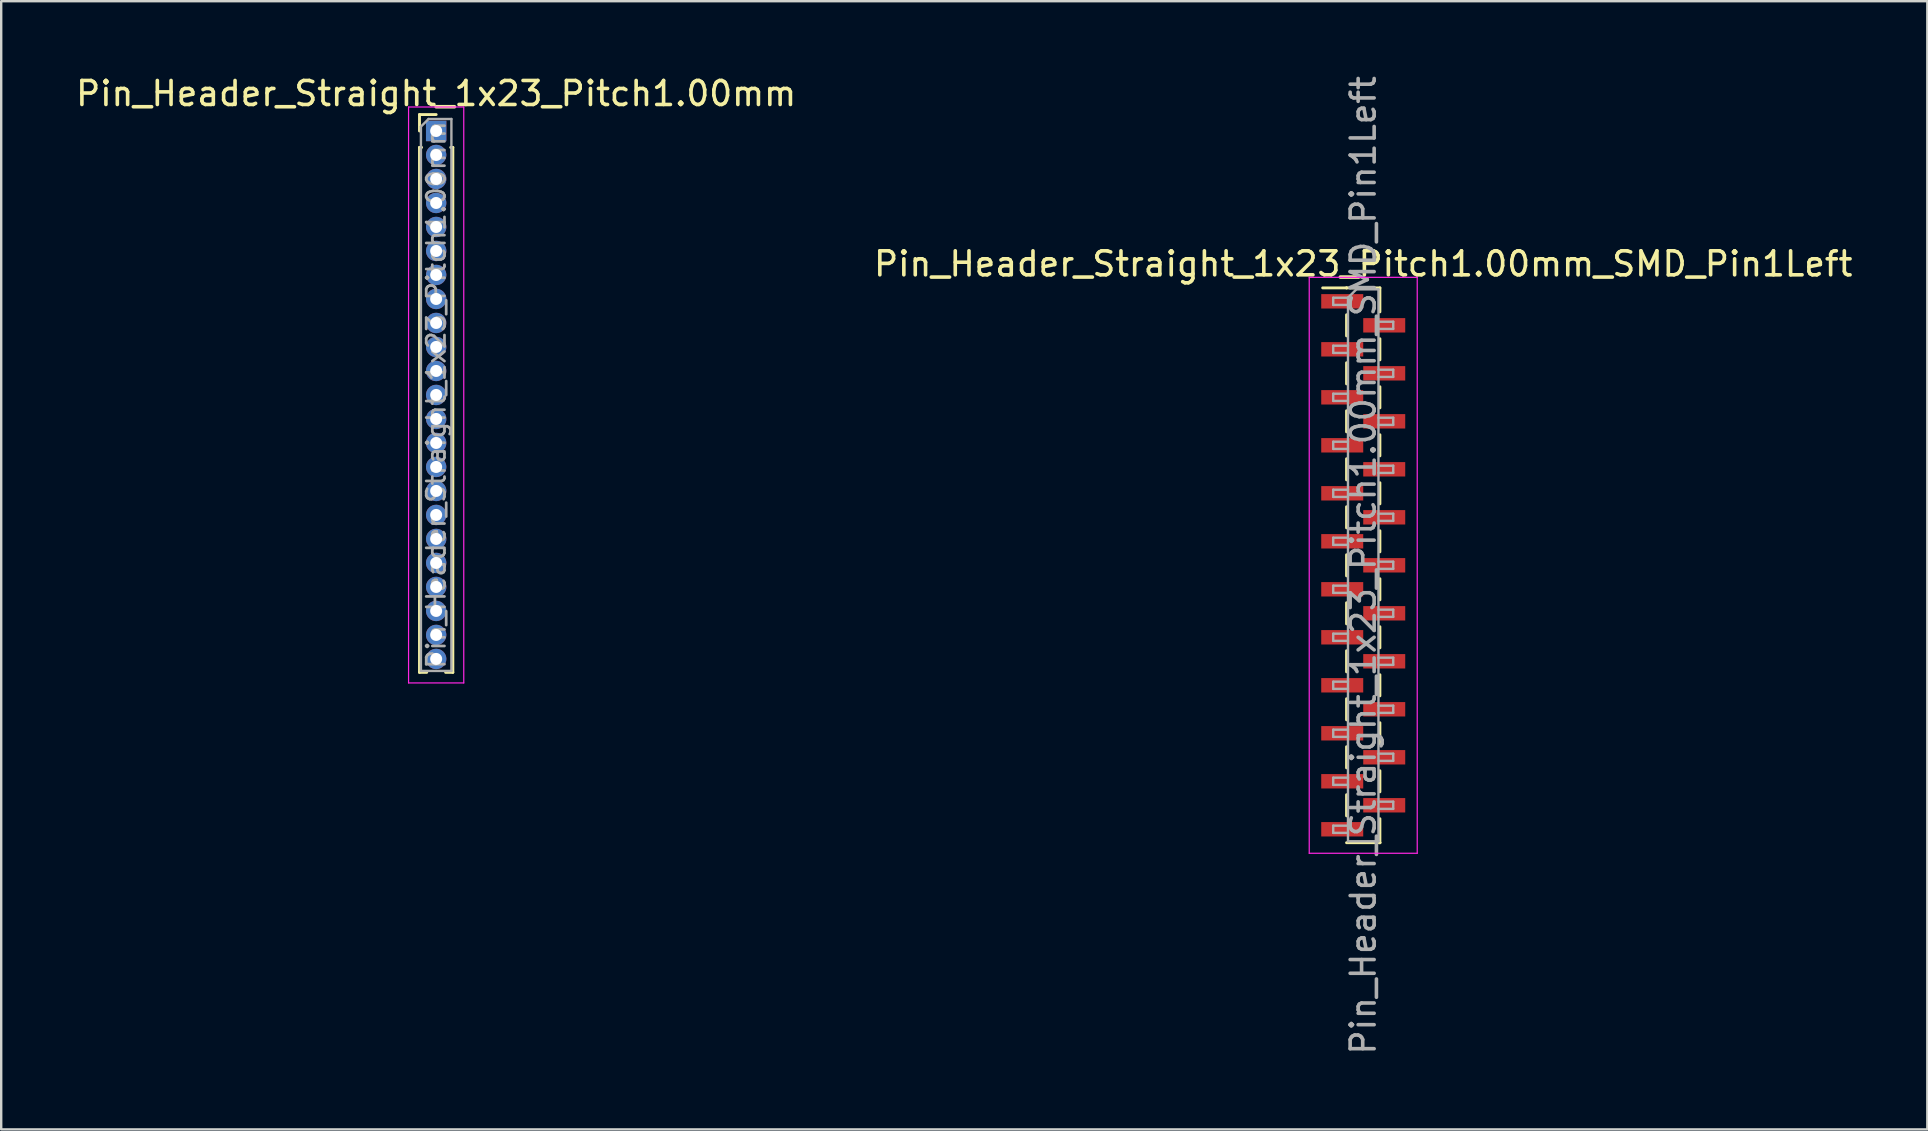
<source format=kicad_pcb>
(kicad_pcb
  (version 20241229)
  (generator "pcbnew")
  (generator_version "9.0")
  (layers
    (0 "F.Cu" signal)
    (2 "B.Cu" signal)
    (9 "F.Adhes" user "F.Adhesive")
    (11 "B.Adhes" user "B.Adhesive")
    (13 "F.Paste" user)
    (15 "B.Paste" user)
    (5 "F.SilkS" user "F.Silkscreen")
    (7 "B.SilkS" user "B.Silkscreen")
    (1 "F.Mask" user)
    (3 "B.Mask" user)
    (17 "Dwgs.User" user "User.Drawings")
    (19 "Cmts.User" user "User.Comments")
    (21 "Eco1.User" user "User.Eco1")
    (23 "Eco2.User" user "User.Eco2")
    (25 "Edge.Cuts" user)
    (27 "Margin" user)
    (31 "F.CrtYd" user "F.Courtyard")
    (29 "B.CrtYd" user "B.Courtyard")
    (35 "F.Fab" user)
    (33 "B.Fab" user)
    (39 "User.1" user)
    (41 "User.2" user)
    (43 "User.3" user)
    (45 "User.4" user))
  (footprint "Pin_Header_Straight_1x23_Pitch1.00mm"
    (layer "F.Cu")
    (at 15.125 2.408)
    (property "Reference" "Pin_Header_Straight_1x23_Pitch1.00mm" (at 0 -1.56 0) (layer "F.SilkS") (effects (font (size 1 1) (thickness 0.15))))
    (attr through_hole)
    (fp_line (start -0.695 -0.685) (end 0 -0.685) (stroke (width 0.12) (type solid)) (layer "F.SilkS"))
    (fp_line (start -0.695 0) (end -0.695 -0.685) (stroke (width 0.12) (type solid)) (layer "F.SilkS"))
    (fp_line (start -0.695 0.685) (end -0.695 22.56) (stroke (width 0.12) (type solid)) (layer "F.SilkS"))
    (fp_line (start -0.695 0.685) (end -0.608 0.685) (stroke (width 0.12) (type solid)) (layer "F.SilkS"))
    (fp_line (start -0.695 22.56) (end -0.394 22.56) (stroke (width 0.12) (type solid)) (layer "F.SilkS"))
    (fp_line (start 0.394 22.56) (end 0.695 22.56) (stroke (width 0.12) (type solid)) (layer "F.SilkS"))
    (fp_line (start 0.608 0.685) (end 0.695 0.685) (stroke (width 0.12) (type solid)) (layer "F.SilkS"))
    (fp_line (start 0.695 0.685) (end 0.695 22.56) (stroke (width 0.12) (type solid)) (layer "F.SilkS"))
    (fp_line (start -1.15 -1) (end -1.15 23) (stroke (width 0.05) (type solid)) (layer "F.CrtYd"))
    (fp_line (start -1.15 23) (end 1.15 23) (stroke (width 0.05) (type solid)) (layer "F.CrtYd"))
    (fp_line (start 1.15 -1) (end -1.15 -1) (stroke (width 0.05) (type solid)) (layer "F.CrtYd"))
    (fp_line (start 1.15 23) (end 1.15 -1) (stroke (width 0.05) (type solid)) (layer "F.CrtYd"))
    (fp_line (start -0.635 -0.182) (end -0.318 -0.5) (stroke (width 0.1) (type solid)) (layer "F.Fab"))
    (fp_line (start -0.635 22.5) (end -0.635 -0.182) (stroke (width 0.1) (type solid)) (layer "F.Fab"))
    (fp_line (start -0.318 -0.5) (end 0.635 -0.5) (stroke (width 0.1) (type solid)) (layer "F.Fab"))
    (fp_line (start 0.635 -0.5) (end 0.635 22.5) (stroke (width 0.1) (type solid)) (layer "F.Fab"))
    (fp_line (start 0.635 22.5) (end -0.635 22.5) (stroke (width 0.1) (type solid)) (layer "F.Fab"))
    (fp_text user "${REFERENCE}" (at 0 11 90) (layer "F.Fab") (effects (font (size 0.76 0.76) (thickness 0.114))))
    (pad "1" thru_hole rect (at 0 0) (size 0.85 0.85) (drill 0.5) (layers "*.Cu" "*.Mask"))
    (pad "2" thru_hole oval (at 0 1) (size 0.85 0.85) (drill 0.5) (layers "*.Cu" "*.Mask"))
    (pad "3" thru_hole oval (at 0 2) (size 0.85 0.85) (drill 0.5) (layers "*.Cu" "*.Mask"))
    (pad "4" thru_hole oval (at 0 3) (size 0.85 0.85) (drill 0.5) (layers "*.Cu" "*.Mask"))
    (pad "5" thru_hole oval (at 0 4) (size 0.85 0.85) (drill 0.5) (layers "*.Cu" "*.Mask"))
    (pad "6" thru_hole oval (at 0 5) (size 0.85 0.85) (drill 0.5) (layers "*.Cu" "*.Mask"))
    (pad "7" thru_hole oval (at 0 6) (size 0.85 0.85) (drill 0.5) (layers "*.Cu" "*.Mask"))
    (pad "8" thru_hole oval (at 0 7) (size 0.85 0.85) (drill 0.5) (layers "*.Cu" "*.Mask"))
    (pad "9" thru_hole oval (at 0 8) (size 0.85 0.85) (drill 0.5) (layers "*.Cu" "*.Mask"))
    (pad "10" thru_hole oval (at 0 9) (size 0.85 0.85) (drill 0.5) (layers "*.Cu" "*.Mask"))
    (pad "11" thru_hole oval (at 0 10) (size 0.85 0.85) (drill 0.5) (layers "*.Cu" "*.Mask"))
    (pad "12" thru_hole oval (at 0 11) (size 0.85 0.85) (drill 0.5) (layers "*.Cu" "*.Mask"))
    (pad "13" thru_hole oval (at 0 12) (size 0.85 0.85) (drill 0.5) (layers "*.Cu" "*.Mask"))
    (pad "14" thru_hole oval (at 0 13) (size 0.85 0.85) (drill 0.5) (layers "*.Cu" "*.Mask"))
    (pad "15" thru_hole oval (at 0 14) (size 0.85 0.85) (drill 0.5) (layers "*.Cu" "*.Mask"))
    (pad "16" thru_hole oval (at 0 15) (size 0.85 0.85) (drill 0.5) (layers "*.Cu" "*.Mask"))
    (pad "17" thru_hole oval (at 0 16) (size 0.85 0.85) (drill 0.5) (layers "*.Cu" "*.Mask"))
    (pad "18" thru_hole oval (at 0 17) (size 0.85 0.85) (drill 0.5) (layers "*.Cu" "*.Mask"))
    (pad "19" thru_hole oval (at 0 18) (size 0.85 0.85) (drill 0.5) (layers "*.Cu" "*.Mask"))
    (pad "20" thru_hole oval (at 0 19) (size 0.85 0.85) (drill 0.5) (layers "*.Cu" "*.Mask"))
    (pad "21" thru_hole oval (at 0 20) (size 0.85 0.85) (drill 0.5) (layers "*.Cu" "*.Mask"))
    (pad "22" thru_hole oval (at 0 21) (size 0.85 0.85) (drill 0.5) (layers "*.Cu" "*.Mask"))
    (pad "23" thru_hole oval (at 0 22) (size 0.85 0.85) (drill 0.5) (layers "*.Cu" "*.Mask")))
  (footprint "Pin_Header_Straight_1x23_Pitch1.00mm_SMD_Pin1Left"
    (layer "F.Cu")
    (at 53.756 20.506)
    (property "Reference" "Pin_Header_Straight_1x23_Pitch1.00mm_SMD_Pin1Left" (at 0 -12.56 0) (layer "F.SilkS") (effects (font (size 1 1) (thickness 0.15))))
    (attr smd)
    (fp_line (start -0.695 -11.56) (end -1.69 -11.56) (stroke (width 0.12) (type solid)) (layer "F.SilkS"))
    (fp_line (start -0.695 -11.56) (end -0.695 -11.56) (stroke (width 0.12) (type solid)) (layer "F.SilkS"))
    (fp_line (start -0.695 -11.56) (end 0.695 -11.56) (stroke (width 0.12) (type solid)) (layer "F.SilkS"))
    (fp_line (start -0.695 -10.44) (end -0.695 -9.56) (stroke (width 0.12) (type solid)) (layer "F.SilkS"))
    (fp_line (start -0.695 -8.44) (end -0.695 -7.56) (stroke (width 0.12) (type solid)) (layer "F.SilkS"))
    (fp_line (start -0.695 -6.44) (end -0.695 -5.56) (stroke (width 0.12) (type solid)) (layer "F.SilkS"))
    (fp_line (start -0.695 -4.44) (end -0.695 -3.56) (stroke (width 0.12) (type solid)) (layer "F.SilkS"))
    (fp_line (start -0.695 -2.44) (end -0.695 -1.56) (stroke (width 0.12) (type solid)) (layer "F.SilkS"))
    (fp_line (start -0.695 -0.44) (end -0.695 0.44) (stroke (width 0.12) (type solid)) (layer "F.SilkS"))
    (fp_line (start -0.695 1.56) (end -0.695 2.44) (stroke (width 0.12) (type solid)) (layer "F.SilkS"))
    (fp_line (start -0.695 3.56) (end -0.695 4.44) (stroke (width 0.12) (type solid)) (layer "F.SilkS"))
    (fp_line (start -0.695 5.56) (end -0.695 6.44) (stroke (width 0.12) (type solid)) (layer "F.SilkS"))
    (fp_line (start -0.695 7.56) (end -0.695 8.44) (stroke (width 0.12) (type solid)) (layer "F.SilkS"))
    (fp_line (start -0.695 9.56) (end -0.695 10.44) (stroke (width 0.12) (type solid)) (layer "F.SilkS"))
    (fp_line (start -0.695 11.56) (end 0.695 11.56) (stroke (width 0.12) (type solid)) (layer "F.SilkS"))
    (fp_line (start 0.695 -11.56) (end 0.695 -10.56) (stroke (width 0.12) (type solid)) (layer "F.SilkS"))
    (fp_line (start 0.695 -9.44) (end 0.695 -8.56) (stroke (width 0.12) (type solid)) (layer "F.SilkS"))
    (fp_line (start 0.695 -7.44) (end 0.695 -6.56) (stroke (width 0.12) (type solid)) (layer "F.SilkS"))
    (fp_line (start 0.695 -5.44) (end 0.695 -4.56) (stroke (width 0.12) (type solid)) (layer "F.SilkS"))
    (fp_line (start 0.695 -3.44) (end 0.695 -2.56) (stroke (width 0.12) (type solid)) (layer "F.SilkS"))
    (fp_line (start 0.695 -1.44) (end 0.695 -0.56) (stroke (width 0.12) (type solid)) (layer "F.SilkS"))
    (fp_line (start 0.695 0.56) (end 0.695 1.44) (stroke (width 0.12) (type solid)) (layer "F.SilkS"))
    (fp_line (start 0.695 2.56) (end 0.695 3.44) (stroke (width 0.12) (type solid)) (layer "F.SilkS"))
    (fp_line (start 0.695 4.56) (end 0.695 5.44) (stroke (width 0.12) (type solid)) (layer "F.SilkS"))
    (fp_line (start 0.695 6.56) (end 0.695 7.44) (stroke (width 0.12) (type solid)) (layer "F.SilkS"))
    (fp_line (start 0.695 8.56) (end 0.695 9.44) (stroke (width 0.12) (type solid)) (layer "F.SilkS"))
    (fp_line (start 0.695 10.56) (end 0.695 11.56) (stroke (width 0.12) (type solid)) (layer "F.SilkS"))
    (fp_line (start 0.695 11.56) (end 0.695 11.56) (stroke (width 0.12) (type solid)) (layer "F.SilkS"))
    (fp_line (start -2.25 -12) (end -2.25 12) (stroke (width 0.05) (type solid)) (layer "F.CrtYd"))
    (fp_line (start -2.25 12) (end 2.25 12) (stroke (width 0.05) (type solid)) (layer "F.CrtYd"))
    (fp_line (start 2.25 -12) (end -2.25 -12) (stroke (width 0.05) (type solid)) (layer "F.CrtYd"))
    (fp_line (start 2.25 12) (end 2.25 -12) (stroke (width 0.05) (type solid)) (layer "F.CrtYd"))
    (fp_line (start -1.25 -11.15) (end -1.25 -10.85) (stroke (width 0.1) (type solid)) (layer "F.Fab"))
    (fp_line (start -1.25 -10.85) (end -0.635 -10.85) (stroke (width 0.1) (type solid)) (layer "F.Fab"))
    (fp_line (start -1.25 -9.15) (end -1.25 -8.85) (stroke (width 0.1) (type solid)) (layer "F.Fab"))
    (fp_line (start -1.25 -8.85) (end -0.635 -8.85) (stroke (width 0.1) (type solid)) (layer "F.Fab"))
    (fp_line (start -1.25 -7.15) (end -1.25 -6.85) (stroke (width 0.1) (type solid)) (layer "F.Fab"))
    (fp_line (start -1.25 -6.85) (end -0.635 -6.85) (stroke (width 0.1) (type solid)) (layer "F.Fab"))
    (fp_line (start -1.25 -5.15) (end -1.25 -4.85) (stroke (width 0.1) (type solid)) (layer "F.Fab"))
    (fp_line (start -1.25 -4.85) (end -0.635 -4.85) (stroke (width 0.1) (type solid)) (layer "F.Fab"))
    (fp_line (start -1.25 -3.15) (end -1.25 -2.85) (stroke (width 0.1) (type solid)) (layer "F.Fab"))
    (fp_line (start -1.25 -2.85) (end -0.635 -2.85) (stroke (width 0.1) (type solid)) (layer "F.Fab"))
    (fp_line (start -1.25 -1.15) (end -1.25 -0.85) (stroke (width 0.1) (type solid)) (layer "F.Fab"))
    (fp_line (start -1.25 -0.85) (end -0.635 -0.85) (stroke (width 0.1) (type solid)) (layer "F.Fab"))
    (fp_line (start -1.25 0.85) (end -1.25 1.15) (stroke (width 0.1) (type solid)) (layer "F.Fab"))
    (fp_line (start -1.25 1.15) (end -0.635 1.15) (stroke (width 0.1) (type solid)) (layer "F.Fab"))
    (fp_line (start -1.25 2.85) (end -1.25 3.15) (stroke (width 0.1) (type solid)) (layer "F.Fab"))
    (fp_line (start -1.25 3.15) (end -0.635 3.15) (stroke (width 0.1) (type solid)) (layer "F.Fab"))
    (fp_line (start -1.25 4.85) (end -1.25 5.15) (stroke (width 0.1) (type solid)) (layer "F.Fab"))
    (fp_line (start -1.25 5.15) (end -0.635 5.15) (stroke (width 0.1) (type solid)) (layer "F.Fab"))
    (fp_line (start -1.25 6.85) (end -1.25 7.15) (stroke (width 0.1) (type solid)) (layer "F.Fab"))
    (fp_line (start -1.25 7.15) (end -0.635 7.15) (stroke (width 0.1) (type solid)) (layer "F.Fab"))
    (fp_line (start -1.25 8.85) (end -1.25 9.15) (stroke (width 0.1) (type solid)) (layer "F.Fab"))
    (fp_line (start -1.25 9.15) (end -0.635 9.15) (stroke (width 0.1) (type solid)) (layer "F.Fab"))
    (fp_line (start -1.25 10.85) (end -1.25 11.15) (stroke (width 0.1) (type solid)) (layer "F.Fab"))
    (fp_line (start -1.25 11.15) (end -0.635 11.15) (stroke (width 0.1) (type solid)) (layer "F.Fab"))
    (fp_line (start -0.635 -11.15) (end -1.25 -11.15) (stroke (width 0.1) (type solid)) (layer "F.Fab"))
    (fp_line (start -0.635 -11.15) (end -0.285 -11.5) (stroke (width 0.1) (type solid)) (layer "F.Fab"))
    (fp_line (start -0.635 -9.15) (end -1.25 -9.15) (stroke (width 0.1) (type solid)) (layer "F.Fab"))
    (fp_line (start -0.635 -7.15) (end -1.25 -7.15) (stroke (width 0.1) (type solid)) (layer "F.Fab"))
    (fp_line (start -0.635 -5.15) (end -1.25 -5.15) (stroke (width 0.1) (type solid)) (layer "F.Fab"))
    (fp_line (start -0.635 -3.15) (end -1.25 -3.15) (stroke (width 0.1) (type solid)) (layer "F.Fab"))
    (fp_line (start -0.635 -1.15) (end -1.25 -1.15) (stroke (width 0.1) (type solid)) (layer "F.Fab"))
    (fp_line (start -0.635 0.85) (end -1.25 0.85) (stroke (width 0.1) (type solid)) (layer "F.Fab"))
    (fp_line (start -0.635 2.85) (end -1.25 2.85) (stroke (width 0.1) (type solid)) (layer "F.Fab"))
    (fp_line (start -0.635 4.85) (end -1.25 4.85) (stroke (width 0.1) (type solid)) (layer "F.Fab"))
    (fp_line (start -0.635 6.85) (end -1.25 6.85) (stroke (width 0.1) (type solid)) (layer "F.Fab"))
    (fp_line (start -0.635 8.85) (end -1.25 8.85) (stroke (width 0.1) (type solid)) (layer "F.Fab"))
    (fp_line (start -0.635 10.85) (end -1.25 10.85) (stroke (width 0.1) (type solid)) (layer "F.Fab"))
    (fp_line (start -0.635 11.5) (end -0.635 -11.15) (stroke (width 0.1) (type solid)) (layer "F.Fab"))
    (fp_line (start -0.285 -11.5) (end 0.635 -11.5) (stroke (width 0.1) (type solid)) (layer "F.Fab"))
    (fp_line (start 0.635 -11.5) (end 0.635 11.5) (stroke (width 0.1) (type solid)) (layer "F.Fab"))
    (fp_line (start 0.635 -10.15) (end 1.25 -10.15) (stroke (width 0.1) (type solid)) (layer "F.Fab"))
    (fp_line (start 0.635 -8.15) (end 1.25 -8.15) (stroke (width 0.1) (type solid)) (layer "F.Fab"))
    (fp_line (start 0.635 -6.15) (end 1.25 -6.15) (stroke (width 0.1) (type solid)) (layer "F.Fab"))
    (fp_line (start 0.635 -4.15) (end 1.25 -4.15) (stroke (width 0.1) (type solid)) (layer "F.Fab"))
    (fp_line (start 0.635 -2.15) (end 1.25 -2.15) (stroke (width 0.1) (type solid)) (layer "F.Fab"))
    (fp_line (start 0.635 -0.15) (end 1.25 -0.15) (stroke (width 0.1) (type solid)) (layer "F.Fab"))
    (fp_line (start 0.635 1.85) (end 1.25 1.85) (stroke (width 0.1) (type solid)) (layer "F.Fab"))
    (fp_line (start 0.635 3.85) (end 1.25 3.85) (stroke (width 0.1) (type solid)) (layer "F.Fab"))
    (fp_line (start 0.635 5.85) (end 1.25 5.85) (stroke (width 0.1) (type solid)) (layer "F.Fab"))
    (fp_line (start 0.635 7.85) (end 1.25 7.85) (stroke (width 0.1) (type solid)) (layer "F.Fab"))
    (fp_line (start 0.635 9.85) (end 1.25 9.85) (stroke (width 0.1) (type solid)) (layer "F.Fab"))
    (fp_line (start 0.635 11.5) (end -0.635 11.5) (stroke (width 0.1) (type solid)) (layer "F.Fab"))
    (fp_line (start 1.25 -10.15) (end 1.25 -9.85) (stroke (width 0.1) (type solid)) (layer "F.Fab"))
    (fp_line (start 1.25 -9.85) (end 0.635 -9.85) (stroke (width 0.1) (type solid)) (layer "F.Fab"))
    (fp_line (start 1.25 -8.15) (end 1.25 -7.85) (stroke (width 0.1) (type solid)) (layer "F.Fab"))
    (fp_line (start 1.25 -7.85) (end 0.635 -7.85) (stroke (width 0.1) (type solid)) (layer "F.Fab"))
    (fp_line (start 1.25 -6.15) (end 1.25 -5.85) (stroke (width 0.1) (type solid)) (layer "F.Fab"))
    (fp_line (start 1.25 -5.85) (end 0.635 -5.85) (stroke (width 0.1) (type solid)) (layer "F.Fab"))
    (fp_line (start 1.25 -4.15) (end 1.25 -3.85) (stroke (width 0.1) (type solid)) (layer "F.Fab"))
    (fp_line (start 1.25 -3.85) (end 0.635 -3.85) (stroke (width 0.1) (type solid)) (layer "F.Fab"))
    (fp_line (start 1.25 -2.15) (end 1.25 -1.85) (stroke (width 0.1) (type solid)) (layer "F.Fab"))
    (fp_line (start 1.25 -1.85) (end 0.635 -1.85) (stroke (width 0.1) (type solid)) (layer "F.Fab"))
    (fp_line (start 1.25 -0.15) (end 1.25 0.15) (stroke (width 0.1) (type solid)) (layer "F.Fab"))
    (fp_line (start 1.25 0.15) (end 0.635 0.15) (stroke (width 0.1) (type solid)) (layer "F.Fab"))
    (fp_line (start 1.25 1.85) (end 1.25 2.15) (stroke (width 0.1) (type solid)) (layer "F.Fab"))
    (fp_line (start 1.25 2.15) (end 0.635 2.15) (stroke (width 0.1) (type solid)) (layer "F.Fab"))
    (fp_line (start 1.25 3.85) (end 1.25 4.15) (stroke (width 0.1) (type solid)) (layer "F.Fab"))
    (fp_line (start 1.25 4.15) (end 0.635 4.15) (stroke (width 0.1) (type solid)) (layer "F.Fab"))
    (fp_line (start 1.25 5.85) (end 1.25 6.15) (stroke (width 0.1) (type solid)) (layer "F.Fab"))
    (fp_line (start 1.25 6.15) (end 0.635 6.15) (stroke (width 0.1) (type solid)) (layer "F.Fab"))
    (fp_line (start 1.25 7.85) (end 1.25 8.15) (stroke (width 0.1) (type solid)) (layer "F.Fab"))
    (fp_line (start 1.25 8.15) (end 0.635 8.15) (stroke (width 0.1) (type solid)) (layer "F.Fab"))
    (fp_line (start 1.25 9.85) (end 1.25 10.15) (stroke (width 0.1) (type solid)) (layer "F.Fab"))
    (fp_line (start 1.25 10.15) (end 0.635 10.15) (stroke (width 0.1) (type solid)) (layer "F.Fab"))
    (fp_text user "${REFERENCE}" (at 0 0 90) (layer "F.Fab") (effects (font (size 1 1) (thickness 0.15))))
    (pad "1" smd rect (at -0.875 -11) (size 1.75 0.6) (layers "F.Cu" "F.Mask" "F.Paste"))
    (pad "2" smd rect (at 0.875 -10) (size 1.75 0.6) (layers "F.Cu" "F.Mask" "F.Paste"))
    (pad "3" smd rect (at -0.875 -9) (size 1.75 0.6) (layers "F.Cu" "F.Mask" "F.Paste"))
    (pad "4" smd rect (at 0.875 -8) (size 1.75 0.6) (layers "F.Cu" "F.Mask" "F.Paste"))
    (pad "5" smd rect (at -0.875 -7) (size 1.75 0.6) (layers "F.Cu" "F.Mask" "F.Paste"))
    (pad "6" smd rect (at 0.875 -6) (size 1.75 0.6) (layers "F.Cu" "F.Mask" "F.Paste"))
    (pad "7" smd rect (at -0.875 -5) (size 1.75 0.6) (layers "F.Cu" "F.Mask" "F.Paste"))
    (pad "8" smd rect (at 0.875 -4) (size 1.75 0.6) (layers "F.Cu" "F.Mask" "F.Paste"))
    (pad "9" smd rect (at -0.875 -3) (size 1.75 0.6) (layers "F.Cu" "F.Mask" "F.Paste"))
    (pad "10" smd rect (at 0.875 -2) (size 1.75 0.6) (layers "F.Cu" "F.Mask" "F.Paste"))
    (pad "11" smd rect (at -0.875 -1) (size 1.75 0.6) (layers "F.Cu" "F.Mask" "F.Paste"))
    (pad "12" smd rect (at 0.875 0) (size 1.75 0.6) (layers "F.Cu" "F.Mask" "F.Paste"))
    (pad "13" smd rect (at -0.875 1) (size 1.75 0.6) (layers "F.Cu" "F.Mask" "F.Paste"))
    (pad "14" smd rect (at 0.875 2) (size 1.75 0.6) (layers "F.Cu" "F.Mask" "F.Paste"))
    (pad "15" smd rect (at -0.875 3) (size 1.75 0.6) (layers "F.Cu" "F.Mask" "F.Paste"))
    (pad "16" smd rect (at 0.875 4) (size 1.75 0.6) (layers "F.Cu" "F.Mask" "F.Paste"))
    (pad "17" smd rect (at -0.875 5) (size 1.75 0.6) (layers "F.Cu" "F.Mask" "F.Paste"))
    (pad "18" smd rect (at 0.875 6) (size 1.75 0.6) (layers "F.Cu" "F.Mask" "F.Paste"))
    (pad "19" smd rect (at -0.875 7) (size 1.75 0.6) (layers "F.Cu" "F.Mask" "F.Paste"))
    (pad "20" smd rect (at 0.875 8) (size 1.75 0.6) (layers "F.Cu" "F.Mask" "F.Paste"))
    (pad "21" smd rect (at -0.875 9) (size 1.75 0.6) (layers "F.Cu" "F.Mask" "F.Paste"))
    (pad "22" smd rect (at 0.875 10) (size 1.75 0.6) (layers "F.Cu" "F.Mask" "F.Paste"))
    (pad "23" smd rect (at -0.875 11) (size 1.75 0.6) (layers "F.Cu" "F.Mask" "F.Paste")))
  (gr_rect
    (start -3 -3)
    (end 77.262 44.012)
    (stroke (width 0.1) (type default))
    (fill no)
    (layer "Edge.Cuts")))
</source>
